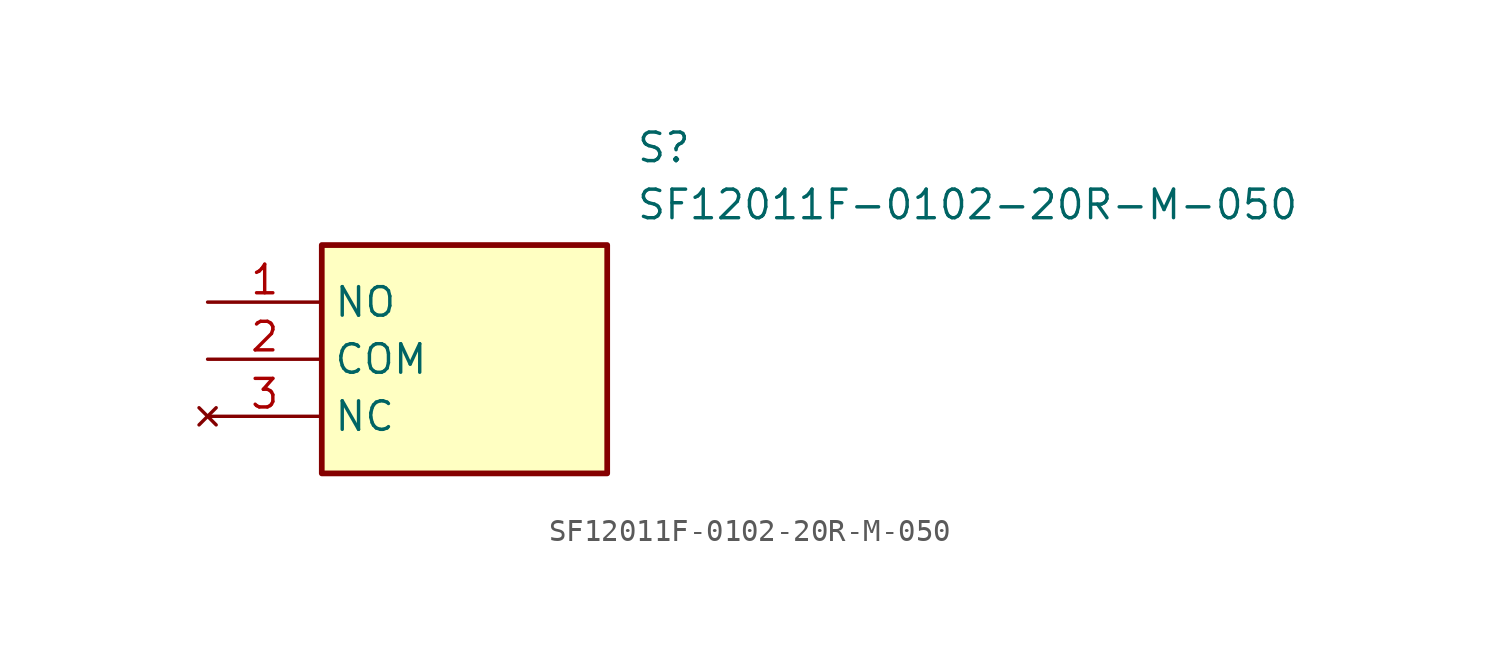
<source format=kicad_sym>
(kicad_symbol_lib
  (version 20211014)
  (generator SamacSys_ECAD_Model)
  (symbol "SF12011F-0102-20R-M-050"
    (property "Reference" "S"
      (at 19.05 7.62 0)
      (effects (font (size 1.27 1.27)) (justify left top)))
    (property "Value" "SF12011F-0102-20R-M-050"
      (at 19.05 5.08 0)
      (effects (font (size 1.27 1.27)) (justify left top)))
    (rectangle
      (start 5.08 2.54)
      (end 17.78 -7.62)
      (stroke (width 0.254) (type default))
      (fill (type background)))
    (pin passive line
      (at 0 0 0)
      (length 5.08)
      (name "NO" (effects (font (size 1.27 1.27))))
      (number "1" (effects (font (size 1.27 1.27)))))
    (pin passive line
      (at 0 -2.54 0)
      (length 5.08)
      (name "COM" (effects (font (size 1.27 1.27))))
      (number "2" (effects (font (size 1.27 1.27)))))
    (pin no_connect line
      (at 0 -5.08 0)
      (length 5.08)
      (name "NC" (effects (font (size 1.27 1.27))))
      (number "3" (effects (font (size 1.27 1.27)))))))
</source>
